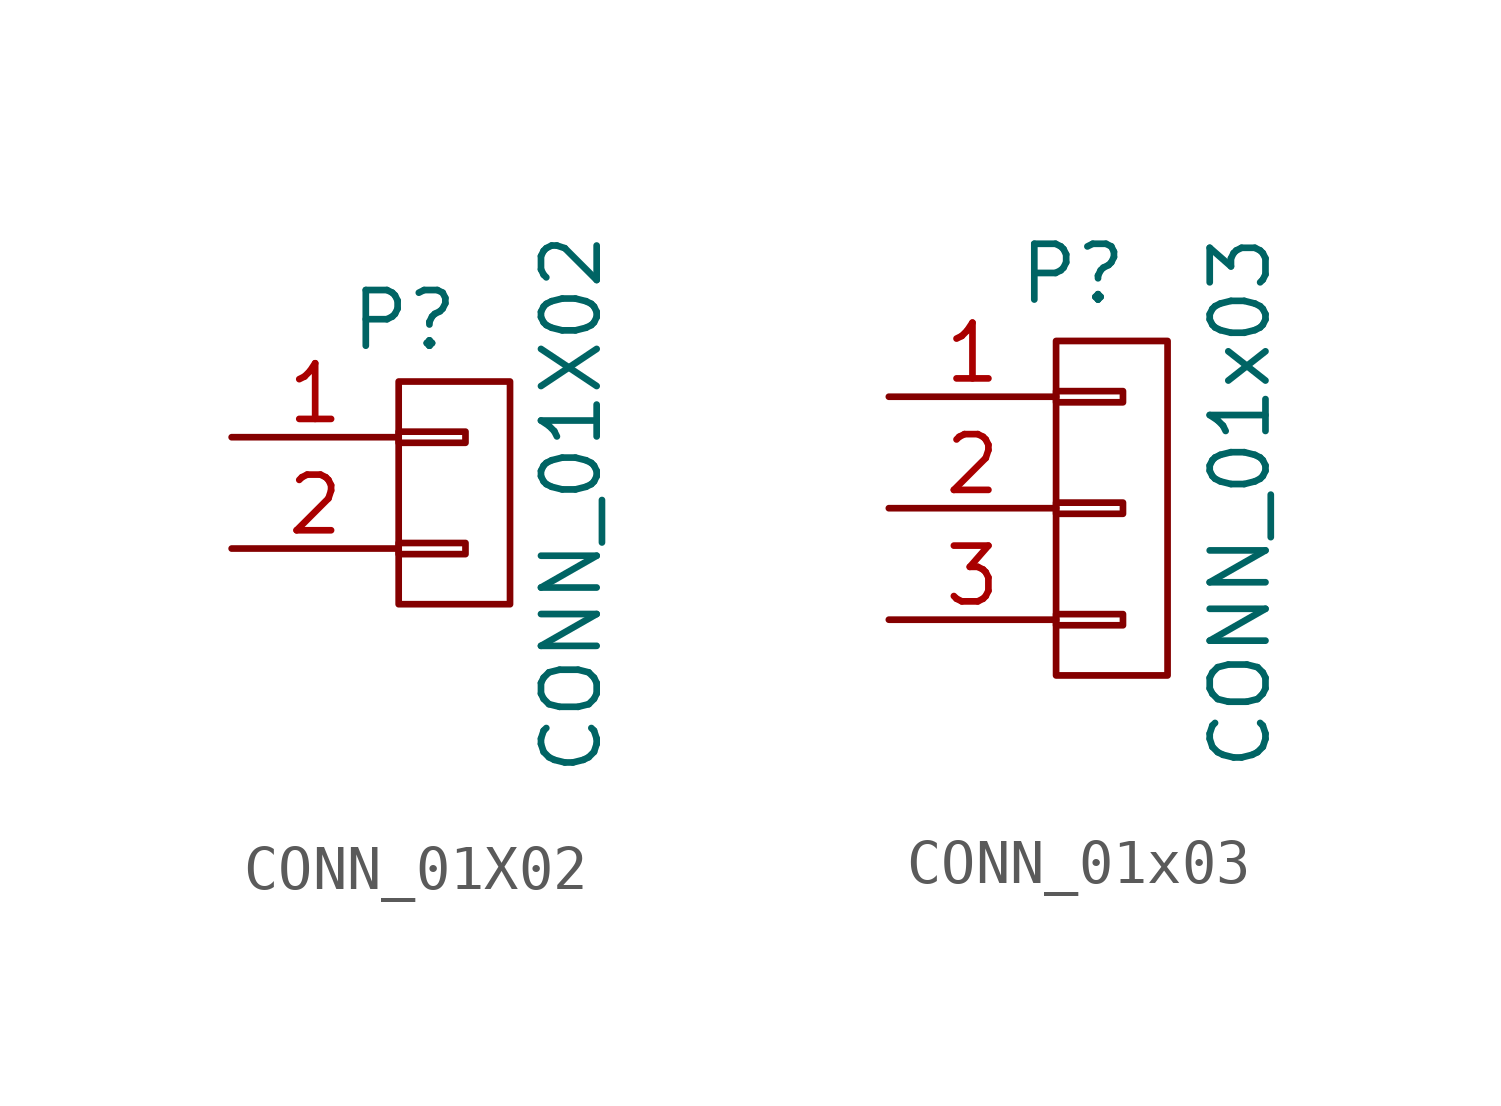
<source format=kicad_sym>
(kicad_symbol_lib
  (version 20211014)
  (generator kicad_symbol_editor)
  (symbol "CONN_01X02"
    (property "Reference" "P"
      (at -0.762 3.683 0)
      (effects (font (size 1.27 1.27))))
    (property "Value" "CONN_01X02"
      (at 3.048 -0.508 90)
      (effects (font (size 1.27 1.27))))
    (symbol "CONN_01X02_0_1"
      (rectangle (start -0.889 -1.397) (end 0.635 -1.651) (stroke (width 0) (type default) (color 0 0 0 0)) (fill (type none)))
      (rectangle (start -0.889 1.143) (end 0.635 0.889) (stroke (width 0) (type default) (color 0 0 0 0)) (fill (type none)))
      (rectangle (start -0.889 2.286) (end 1.651 -2.794) (stroke (width 0) (type default) (color 0 0 0 0)) (fill (type none))))
    (symbol "CONN_01X02_1_1"
      (pin passive line (at -4.699 1.016 0) (length 3.81) (name "" (effects (font (size 1.27 1.27)))) (number "1" (effects (font (size 1.27 1.27)))))
      (pin passive line (at -4.699 -1.524 0) (length 3.81) (name "" (effects (font (size 1.27 1.27)))) (number "2" (effects (font (size 1.27 1.27)))))))
  (symbol "CONN_01x03"
    (property "Reference" "P"
      (at 1.016 5.207 0)
      (effects (font (size 1.27 1.27))))
    (property "Value" "CONN_01x03"
      (at 4.826 0 90)
      (effects (font (size 1.27 1.27))))
    (symbol "CONN_01x03_0_1"
      (rectangle (start 0.635 -2.54) (end 2.159 -2.794) (stroke (width 0) (type default) (color 0 0 0 0)) (fill (type none)))
      (rectangle (start 0.635 0) (end 2.159 -0.254) (stroke (width 0) (type default) (color 0 0 0 0)) (fill (type none)))
      (rectangle (start 0.635 2.54) (end 2.159 2.286) (stroke (width 0) (type default) (color 0 0 0 0)) (fill (type none)))
      (rectangle (start 0.635 3.683) (end 3.175 -3.937) (stroke (width 0) (type default) (color 0 0 0 0)) (fill (type none))))
    (symbol "CONN_01x03_1_1"
      (pin passive line (at -3.175 2.413 0) (length 3.81) (name "" (effects (font (size 1.27 1.27)))) (number "1" (effects (font (size 1.27 1.27)))))
      (pin passive line (at -3.175 -0.127 0) (length 3.81) (name "" (effects (font (size 1.27 1.27)))) (number "2" (effects (font (size 1.27 1.27)))))
      (pin passive line (at -3.175 -2.667 0) (length 3.81) (name "" (effects (font (size 1.27 1.27)))) (number "3" (effects (font (size 1.27 1.27))))))))
</source>
